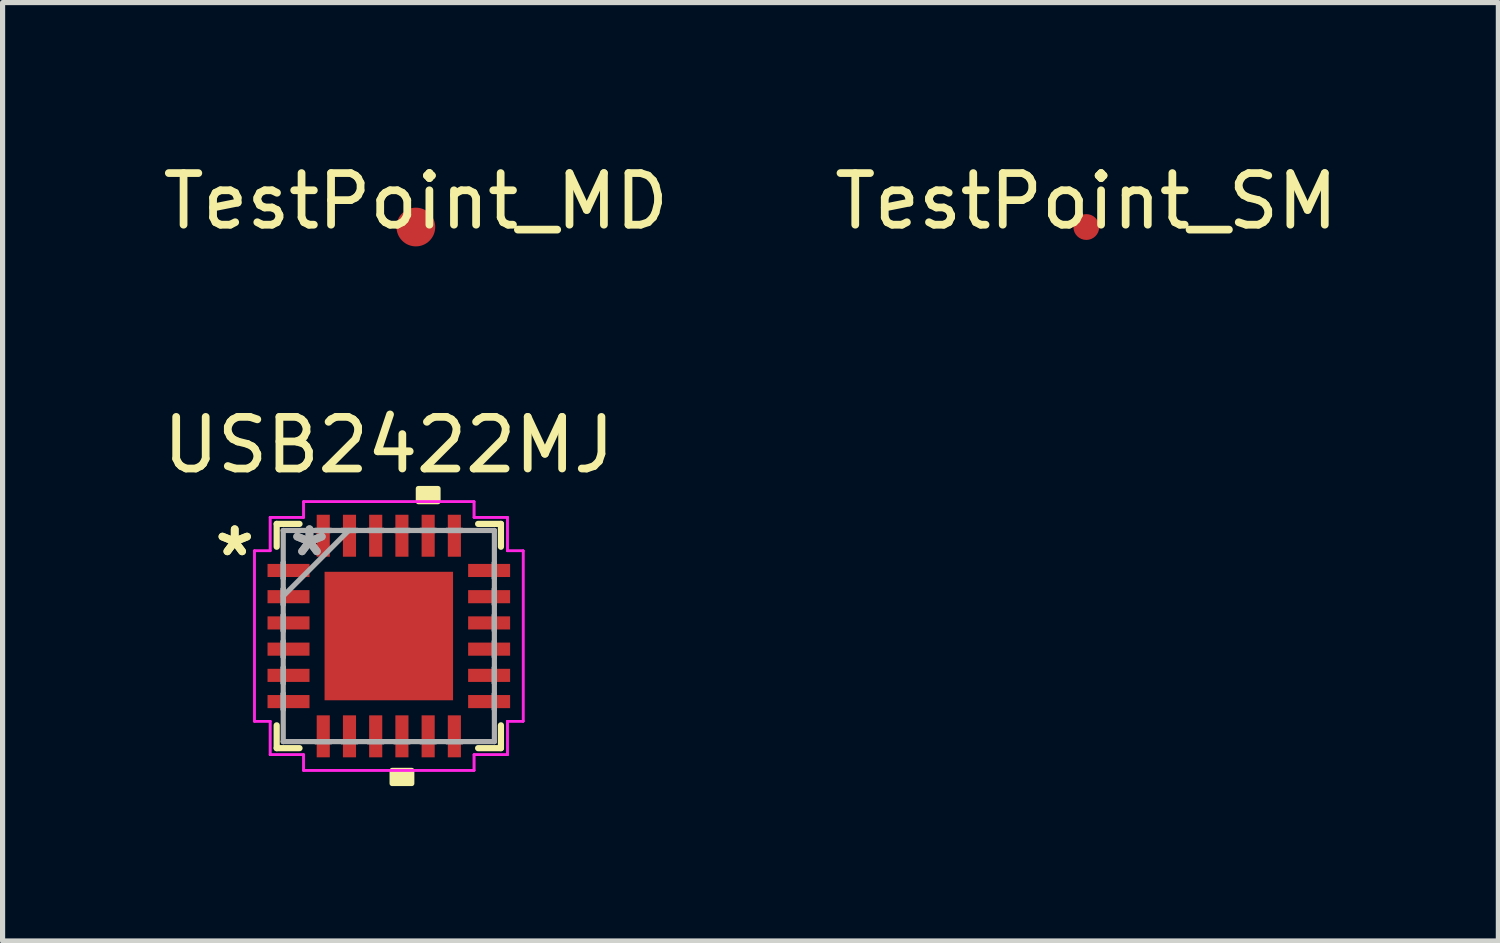
<source format=kicad_pcb>
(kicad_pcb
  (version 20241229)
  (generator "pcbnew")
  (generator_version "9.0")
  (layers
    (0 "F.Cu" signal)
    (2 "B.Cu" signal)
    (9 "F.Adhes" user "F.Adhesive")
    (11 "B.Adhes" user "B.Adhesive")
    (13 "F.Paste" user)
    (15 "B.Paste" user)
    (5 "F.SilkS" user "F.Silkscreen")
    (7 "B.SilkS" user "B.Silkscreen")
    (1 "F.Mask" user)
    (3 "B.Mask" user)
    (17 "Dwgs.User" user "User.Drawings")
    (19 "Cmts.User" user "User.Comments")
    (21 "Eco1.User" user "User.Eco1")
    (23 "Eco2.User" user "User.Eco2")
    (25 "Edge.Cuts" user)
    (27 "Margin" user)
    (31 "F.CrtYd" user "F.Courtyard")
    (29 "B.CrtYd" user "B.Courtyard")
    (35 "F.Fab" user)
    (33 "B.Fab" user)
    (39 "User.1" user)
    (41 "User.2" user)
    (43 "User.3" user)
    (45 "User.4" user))
  (footprint "TestPoint_SM"
    (layer "F.Cu")
    (at 17.994 1.348)
    (property "Reference" "TestPoint_SM" (at 0 -0.5 0) (unlocked yes) (layer "F.SilkS") (effects (font (size 1 1) (thickness 0.15))))
    (attr smd)
    (pad "1" smd circle (at 0 0) (size 0.5 0.5) (layers "F.Cu" "F.Mask")))
  (footprint "USB2422MJ"
    (layer "F.Cu")
    (at 4.482 9.271)
    (property "Reference" "USB2422MJ" (at 0 -3.7 0) (layer "F.SilkS") (effects (font (size 1 1) (thickness 0.15))))
    (attr through_hole)
    (fp_line (start -2.172 -2.172) (end -2.172 -1.73) (stroke (width 0.12) (type solid)) (layer "F.SilkS"))
    (fp_line (start -2.172 1.73) (end -2.172 2.172) (stroke (width 0.12) (type solid)) (layer "F.SilkS"))
    (fp_line (start -2.172 2.172) (end -1.73 2.172) (stroke (width 0.12) (type solid)) (layer "F.SilkS"))
    (fp_line (start -1.73 -2.172) (end -2.172 -2.172) (stroke (width 0.12) (type solid)) (layer "F.SilkS"))
    (fp_line (start 1.73 2.172) (end 2.172 2.172) (stroke (width 0.12) (type solid)) (layer "F.SilkS"))
    (fp_line (start 2.172 -2.172) (end 1.73 -2.172) (stroke (width 0.12) (type solid)) (layer "F.SilkS"))
    (fp_line (start 2.172 -1.73) (end 2.172 -2.172) (stroke (width 0.12) (type solid)) (layer "F.SilkS"))
    (fp_line (start 2.172 2.172) (end 2.172 1.73) (stroke (width 0.12) (type solid)) (layer "F.SilkS"))
    (fp_poly (pts (xy 0.064 2.603) (xy 0.064 2.857) (xy 0.445 2.857) (xy 0.445 2.603)) (stroke (width 0.1) (type solid)) (fill yes) (layer "F.SilkS"))
    (fp_poly (pts (xy 0.572 -2.603) (xy 0.572 -2.857) (xy 0.953 -2.857) (xy 0.953 -2.603)) (stroke (width 0.1) (type solid)) (fill yes) (layer "F.SilkS"))
    (fp_line (start -2.603 -1.651) (end -2.299 -1.651) (stroke (width 0.05) (type solid)) (layer "F.CrtYd"))
    (fp_line (start -2.603 -1.651) (end -2.299 -1.651) (stroke (width 0.05) (type solid)) (layer "F.CrtYd"))
    (fp_line (start -2.603 1.651) (end -2.603 -1.651) (stroke (width 0.05) (type solid)) (layer "F.CrtYd"))
    (fp_line (start -2.603 1.651) (end -2.603 -1.651) (stroke (width 0.05) (type solid)) (layer "F.CrtYd"))
    (fp_line (start -2.299 -2.299) (end -1.651 -2.299) (stroke (width 0.05) (type solid)) (layer "F.CrtYd"))
    (fp_line (start -2.299 -2.299) (end -1.651 -2.299) (stroke (width 0.05) (type solid)) (layer "F.CrtYd"))
    (fp_line (start -2.299 -1.651) (end -2.299 -2.299) (stroke (width 0.05) (type solid)) (layer "F.CrtYd"))
    (fp_line (start -2.299 -1.651) (end -2.299 -2.299) (stroke (width 0.05) (type solid)) (layer "F.CrtYd"))
    (fp_line (start -2.299 1.651) (end -2.603 1.651) (stroke (width 0.05) (type solid)) (layer "F.CrtYd"))
    (fp_line (start -2.299 1.651) (end -2.603 1.651) (stroke (width 0.05) (type solid)) (layer "F.CrtYd"))
    (fp_line (start -2.299 2.299) (end -2.299 1.651) (stroke (width 0.05) (type solid)) (layer "F.CrtYd"))
    (fp_line (start -2.299 2.299) (end -2.299 1.651) (stroke (width 0.05) (type solid)) (layer "F.CrtYd"))
    (fp_line (start -1.651 -2.603) (end 1.651 -2.603) (stroke (width 0.05) (type solid)) (layer "F.CrtYd"))
    (fp_line (start -1.651 -2.603) (end 1.651 -2.603) (stroke (width 0.05) (type solid)) (layer "F.CrtYd"))
    (fp_line (start -1.651 -2.299) (end -1.651 -2.603) (stroke (width 0.05) (type solid)) (layer "F.CrtYd"))
    (fp_line (start -1.651 -2.299) (end -1.651 -2.603) (stroke (width 0.05) (type solid)) (layer "F.CrtYd"))
    (fp_line (start -1.651 2.299) (end -2.299 2.299) (stroke (width 0.05) (type solid)) (layer "F.CrtYd"))
    (fp_line (start -1.651 2.299) (end -2.299 2.299) (stroke (width 0.05) (type solid)) (layer "F.CrtYd"))
    (fp_line (start -1.651 2.603) (end -1.651 2.299) (stroke (width 0.05) (type solid)) (layer "F.CrtYd"))
    (fp_line (start -1.651 2.603) (end -1.651 2.299) (stroke (width 0.05) (type solid)) (layer "F.CrtYd"))
    (fp_line (start 1.651 -2.603) (end 1.651 -2.299) (stroke (width 0.05) (type solid)) (layer "F.CrtYd"))
    (fp_line (start 1.651 -2.603) (end 1.651 -2.299) (stroke (width 0.05) (type solid)) (layer "F.CrtYd"))
    (fp_line (start 1.651 -2.299) (end 2.299 -2.299) (stroke (width 0.05) (type solid)) (layer "F.CrtYd"))
    (fp_line (start 1.651 -2.299) (end 2.299 -2.299) (stroke (width 0.05) (type solid)) (layer "F.CrtYd"))
    (fp_line (start 1.651 2.299) (end 1.651 2.603) (stroke (width 0.05) (type solid)) (layer "F.CrtYd"))
    (fp_line (start 1.651 2.299) (end 1.651 2.603) (stroke (width 0.05) (type solid)) (layer "F.CrtYd"))
    (fp_line (start 1.651 2.603) (end -1.651 2.603) (stroke (width 0.05) (type solid)) (layer "F.CrtYd"))
    (fp_line (start 1.651 2.603) (end -1.651 2.603) (stroke (width 0.05) (type solid)) (layer "F.CrtYd"))
    (fp_line (start 2.299 -2.299) (end 2.299 -1.651) (stroke (width 0.05) (type solid)) (layer "F.CrtYd"))
    (fp_line (start 2.299 -2.299) (end 2.299 -1.651) (stroke (width 0.05) (type solid)) (layer "F.CrtYd"))
    (fp_line (start 2.299 -1.651) (end 2.603 -1.651) (stroke (width 0.05) (type solid)) (layer "F.CrtYd"))
    (fp_line (start 2.299 -1.651) (end 2.603 -1.651) (stroke (width 0.05) (type solid)) (layer "F.CrtYd"))
    (fp_line (start 2.299 1.651) (end 2.299 2.299) (stroke (width 0.05) (type solid)) (layer "F.CrtYd"))
    (fp_line (start 2.299 1.651) (end 2.299 2.299) (stroke (width 0.05) (type solid)) (layer "F.CrtYd"))
    (fp_line (start 2.299 2.299) (end 1.651 2.299) (stroke (width 0.05) (type solid)) (layer "F.CrtYd"))
    (fp_line (start 2.299 2.299) (end 1.651 2.299) (stroke (width 0.05) (type solid)) (layer "F.CrtYd"))
    (fp_line (start 2.603 -1.651) (end 2.603 1.651) (stroke (width 0.05) (type solid)) (layer "F.CrtYd"))
    (fp_line (start 2.603 -1.651) (end 2.603 1.651) (stroke (width 0.05) (type solid)) (layer "F.CrtYd"))
    (fp_line (start 2.603 1.651) (end 2.299 1.651) (stroke (width 0.05) (type solid)) (layer "F.CrtYd"))
    (fp_line (start 2.603 1.651) (end 2.299 1.651) (stroke (width 0.05) (type solid)) (layer "F.CrtYd"))
    (fp_line (start -2.045 -2.045) (end -2.045 -2.045) (stroke (width 0.1) (type solid)) (layer "F.Fab"))
    (fp_line (start -2.045 -2.045) (end -2.045 2.045) (stroke (width 0.1) (type solid)) (layer "F.Fab"))
    (fp_line (start -2.045 -1.422) (end -2.045 -1.422) (stroke (width 0.1) (type solid)) (layer "F.Fab"))
    (fp_line (start -2.045 -1.422) (end -2.045 -1.118) (stroke (width 0.1) (type solid)) (layer "F.Fab"))
    (fp_line (start -2.045 -1.118) (end -2.045 -1.422) (stroke (width 0.1) (type solid)) (layer "F.Fab"))
    (fp_line (start -2.045 -1.118) (end -2.045 -1.118) (stroke (width 0.1) (type solid)) (layer "F.Fab"))
    (fp_line (start -2.045 -0.914) (end -2.045 -0.914) (stroke (width 0.1) (type solid)) (layer "F.Fab"))
    (fp_line (start -2.045 -0.914) (end -2.045 -0.61) (stroke (width 0.1) (type solid)) (layer "F.Fab"))
    (fp_line (start -2.045 -0.775) (end -0.775 -2.045) (stroke (width 0.1) (type solid)) (layer "F.Fab"))
    (fp_line (start -2.045 -0.61) (end -2.045 -0.914) (stroke (width 0.1) (type solid)) (layer "F.Fab"))
    (fp_line (start -2.045 -0.61) (end -2.045 -0.61) (stroke (width 0.1) (type solid)) (layer "F.Fab"))
    (fp_line (start -2.045 -0.406) (end -2.045 -0.406) (stroke (width 0.1) (type solid)) (layer "F.Fab"))
    (fp_line (start -2.045 -0.406) (end -2.045 -0.102) (stroke (width 0.1) (type solid)) (layer "F.Fab"))
    (fp_line (start -2.045 -0.102) (end -2.045 -0.406) (stroke (width 0.1) (type solid)) (layer "F.Fab"))
    (fp_line (start -2.045 -0.102) (end -2.045 -0.102) (stroke (width 0.1) (type solid)) (layer "F.Fab"))
    (fp_line (start -2.045 0.102) (end -2.045 0.102) (stroke (width 0.1) (type solid)) (layer "F.Fab"))
    (fp_line (start -2.045 0.102) (end -2.045 0.406) (stroke (width 0.1) (type solid)) (layer "F.Fab"))
    (fp_line (start -2.045 0.406) (end -2.045 0.102) (stroke (width 0.1) (type solid)) (layer "F.Fab"))
    (fp_line (start -2.045 0.406) (end -2.045 0.406) (stroke (width 0.1) (type solid)) (layer "F.Fab"))
    (fp_line (start -2.045 0.61) (end -2.045 0.61) (stroke (width 0.1) (type solid)) (layer "F.Fab"))
    (fp_line (start -2.045 0.61) (end -2.045 0.914) (stroke (width 0.1) (type solid)) (layer "F.Fab"))
    (fp_line (start -2.045 0.914) (end -2.045 0.61) (stroke (width 0.1) (type solid)) (layer "F.Fab"))
    (fp_line (start -2.045 0.914) (end -2.045 0.914) (stroke (width 0.1) (type solid)) (layer "F.Fab"))
    (fp_line (start -2.045 1.118) (end -2.045 1.118) (stroke (width 0.1) (type solid)) (layer "F.Fab"))
    (fp_line (start -2.045 1.118) (end -2.045 1.422) (stroke (width 0.1) (type solid)) (layer "F.Fab"))
    (fp_line (start -2.045 1.422) (end -2.045 1.118) (stroke (width 0.1) (type solid)) (layer "F.Fab"))
    (fp_line (start -2.045 1.422) (end -2.045 1.422) (stroke (width 0.1) (type solid)) (layer "F.Fab"))
    (fp_line (start -2.045 2.045) (end -2.045 2.045) (stroke (width 0.1) (type solid)) (layer "F.Fab"))
    (fp_line (start -2.045 2.045) (end 2.045 2.045) (stroke (width 0.1) (type solid)) (layer "F.Fab"))
    (fp_line (start -1.422 -2.045) (end -1.422 -2.045) (stroke (width 0.1) (type solid)) (layer "F.Fab"))
    (fp_line (start -1.422 -2.045) (end -1.118 -2.045) (stroke (width 0.1) (type solid)) (layer "F.Fab"))
    (fp_line (start -1.422 2.045) (end -1.422 2.045) (stroke (width 0.1) (type solid)) (layer "F.Fab"))
    (fp_line (start -1.422 2.045) (end -1.118 2.045) (stroke (width 0.1) (type solid)) (layer "F.Fab"))
    (fp_line (start -1.118 -2.045) (end -1.422 -2.045) (stroke (width 0.1) (type solid)) (layer "F.Fab"))
    (fp_line (start -1.118 -2.045) (end -1.118 -2.045) (stroke (width 0.1) (type solid)) (layer "F.Fab"))
    (fp_line (start -1.118 2.045) (end -1.422 2.045) (stroke (width 0.1) (type solid)) (layer "F.Fab"))
    (fp_line (start -1.118 2.045) (end -1.118 2.045) (stroke (width 0.1) (type solid)) (layer "F.Fab"))
    (fp_line (start -0.914 -2.045) (end -0.914 -2.045) (stroke (width 0.1) (type solid)) (layer "F.Fab"))
    (fp_line (start -0.914 -2.045) (end -0.61 -2.045) (stroke (width 0.1) (type solid)) (layer "F.Fab"))
    (fp_line (start -0.914 2.045) (end -0.914 2.045) (stroke (width 0.1) (type solid)) (layer "F.Fab"))
    (fp_line (start -0.914 2.045) (end -0.61 2.045) (stroke (width 0.1) (type solid)) (layer "F.Fab"))
    (fp_line (start -0.61 -2.045) (end -0.914 -2.045) (stroke (width 0.1) (type solid)) (layer "F.Fab"))
    (fp_line (start -0.61 -2.045) (end -0.61 -2.045) (stroke (width 0.1) (type solid)) (layer "F.Fab"))
    (fp_line (start -0.61 2.045) (end -0.914 2.045) (stroke (width 0.1) (type solid)) (layer "F.Fab"))
    (fp_line (start -0.61 2.045) (end -0.61 2.045) (stroke (width 0.1) (type solid)) (layer "F.Fab"))
    (fp_line (start -0.406 -2.045) (end -0.406 -2.045) (stroke (width 0.1) (type solid)) (layer "F.Fab"))
    (fp_line (start -0.406 -2.045) (end -0.102 -2.045) (stroke (width 0.1) (type solid)) (layer "F.Fab"))
    (fp_line (start -0.406 2.045) (end -0.406 2.045) (stroke (width 0.1) (type solid)) (layer "F.Fab"))
    (fp_line (start -0.406 2.045) (end -0.102 2.045) (stroke (width 0.1) (type solid)) (layer "F.Fab"))
    (fp_line (start -0.102 -2.045) (end -0.406 -2.045) (stroke (width 0.1) (type solid)) (layer "F.Fab"))
    (fp_line (start -0.102 -2.045) (end -0.102 -2.045) (stroke (width 0.1) (type solid)) (layer "F.Fab"))
    (fp_line (start -0.102 2.045) (end -0.406 2.045) (stroke (width 0.1) (type solid)) (layer "F.Fab"))
    (fp_line (start -0.102 2.045) (end -0.102 2.045) (stroke (width 0.1) (type solid)) (layer "F.Fab"))
    (fp_line (start 0.102 -2.045) (end 0.102 -2.045) (stroke (width 0.1) (type solid)) (layer "F.Fab"))
    (fp_line (start 0.102 -2.045) (end 0.406 -2.045) (stroke (width 0.1) (type solid)) (layer "F.Fab"))
    (fp_line (start 0.102 2.045) (end 0.102 2.045) (stroke (width 0.1) (type solid)) (layer "F.Fab"))
    (fp_line (start 0.102 2.045) (end 0.406 2.045) (stroke (width 0.1) (type solid)) (layer "F.Fab"))
    (fp_line (start 0.406 -2.045) (end 0.102 -2.045) (stroke (width 0.1) (type solid)) (layer "F.Fab"))
    (fp_line (start 0.406 -2.045) (end 0.406 -2.045) (stroke (width 0.1) (type solid)) (layer "F.Fab"))
    (fp_line (start 0.406 2.045) (end 0.102 2.045) (stroke (width 0.1) (type solid)) (layer "F.Fab"))
    (fp_line (start 0.406 2.045) (end 0.406 2.045) (stroke (width 0.1) (type solid)) (layer "F.Fab"))
    (fp_line (start 0.61 -2.045) (end 0.61 -2.045) (stroke (width 0.1) (type solid)) (layer "F.Fab"))
    (fp_line (start 0.61 -2.045) (end 0.914 -2.045) (stroke (width 0.1) (type solid)) (layer "F.Fab"))
    (fp_line (start 0.61 2.045) (end 0.61 2.045) (stroke (width 0.1) (type solid)) (layer "F.Fab"))
    (fp_line (start 0.61 2.045) (end 0.914 2.045) (stroke (width 0.1) (type solid)) (layer "F.Fab"))
    (fp_line (start 0.914 -2.045) (end 0.61 -2.045) (stroke (width 0.1) (type solid)) (layer "F.Fab"))
    (fp_line (start 0.914 -2.045) (end 0.914 -2.045) (stroke (width 0.1) (type solid)) (layer "F.Fab"))
    (fp_line (start 0.914 2.045) (end 0.61 2.045) (stroke (width 0.1) (type solid)) (layer "F.Fab"))
    (fp_line (start 0.914 2.045) (end 0.914 2.045) (stroke (width 0.1) (type solid)) (layer "F.Fab"))
    (fp_line (start 1.118 -2.045) (end 1.118 -2.045) (stroke (width 0.1) (type solid)) (layer "F.Fab"))
    (fp_line (start 1.118 -2.045) (end 1.422 -2.045) (stroke (width 0.1) (type solid)) (layer "F.Fab"))
    (fp_line (start 1.118 2.045) (end 1.118 2.045) (stroke (width 0.1) (type solid)) (layer "F.Fab"))
    (fp_line (start 1.118 2.045) (end 1.422 2.045) (stroke (width 0.1) (type solid)) (layer "F.Fab"))
    (fp_line (start 1.422 -2.045) (end 1.118 -2.045) (stroke (width 0.1) (type solid)) (layer "F.Fab"))
    (fp_line (start 1.422 -2.045) (end 1.422 -2.045) (stroke (width 0.1) (type solid)) (layer "F.Fab"))
    (fp_line (start 1.422 2.045) (end 1.118 2.045) (stroke (width 0.1) (type solid)) (layer "F.Fab"))
    (fp_line (start 1.422 2.045) (end 1.422 2.045) (stroke (width 0.1) (type solid)) (layer "F.Fab"))
    (fp_line (start 2.045 -2.045) (end -2.045 -2.045) (stroke (width 0.1) (type solid)) (layer "F.Fab"))
    (fp_line (start 2.045 -2.045) (end 2.045 -2.045) (stroke (width 0.1) (type solid)) (layer "F.Fab"))
    (fp_line (start 2.045 -1.422) (end 2.045 -1.422) (stroke (width 0.1) (type solid)) (layer "F.Fab"))
    (fp_line (start 2.045 -1.422) (end 2.045 -1.118) (stroke (width 0.1) (type solid)) (layer "F.Fab"))
    (fp_line (start 2.045 -1.118) (end 2.045 -1.422) (stroke (width 0.1) (type solid)) (layer "F.Fab"))
    (fp_line (start 2.045 -1.118) (end 2.045 -1.118) (stroke (width 0.1) (type solid)) (layer "F.Fab"))
    (fp_line (start 2.045 -0.914) (end 2.045 -0.914) (stroke (width 0.1) (type solid)) (layer "F.Fab"))
    (fp_line (start 2.045 -0.914) (end 2.045 -0.61) (stroke (width 0.1) (type solid)) (layer "F.Fab"))
    (fp_line (start 2.045 -0.61) (end 2.045 -0.914) (stroke (width 0.1) (type solid)) (layer "F.Fab"))
    (fp_line (start 2.045 -0.61) (end 2.045 -0.61) (stroke (width 0.1) (type solid)) (layer "F.Fab"))
    (fp_line (start 2.045 -0.406) (end 2.045 -0.406) (stroke (width 0.1) (type solid)) (layer "F.Fab"))
    (fp_line (start 2.045 -0.406) (end 2.045 -0.102) (stroke (width 0.1) (type solid)) (layer "F.Fab"))
    (fp_line (start 2.045 -0.102) (end 2.045 -0.406) (stroke (width 0.1) (type solid)) (layer "F.Fab"))
    (fp_line (start 2.045 -0.102) (end 2.045 -0.102) (stroke (width 0.1) (type solid)) (layer "F.Fab"))
    (fp_line (start 2.045 0.102) (end 2.045 0.102) (stroke (width 0.1) (type solid)) (layer "F.Fab"))
    (fp_line (start 2.045 0.102) (end 2.045 0.406) (stroke (width 0.1) (type solid)) (layer "F.Fab"))
    (fp_line (start 2.045 0.406) (end 2.045 0.102) (stroke (width 0.1) (type solid)) (layer "F.Fab"))
    (fp_line (start 2.045 0.406) (end 2.045 0.406) (stroke (width 0.1) (type solid)) (layer "F.Fab"))
    (fp_line (start 2.045 0.61) (end 2.045 0.61) (stroke (width 0.1) (type solid)) (layer "F.Fab"))
    (fp_line (start 2.045 0.61) (end 2.045 0.914) (stroke (width 0.1) (type solid)) (layer "F.Fab"))
    (fp_line (start 2.045 0.914) (end 2.045 0.61) (stroke (width 0.1) (type solid)) (layer "F.Fab"))
    (fp_line (start 2.045 0.914) (end 2.045 0.914) (stroke (width 0.1) (type solid)) (layer "F.Fab"))
    (fp_line (start 2.045 1.118) (end 2.045 1.118) (stroke (width 0.1) (type solid)) (layer "F.Fab"))
    (fp_line (start 2.045 1.118) (end 2.045 1.422) (stroke (width 0.1) (type solid)) (layer "F.Fab"))
    (fp_line (start 2.045 1.422) (end 2.045 1.118) (stroke (width 0.1) (type solid)) (layer "F.Fab"))
    (fp_line (start 2.045 1.422) (end 2.045 1.422) (stroke (width 0.1) (type solid)) (layer "F.Fab"))
    (fp_line (start 2.045 2.045) (end 2.045 -2.045) (stroke (width 0.1) (type solid)) (layer "F.Fab"))
    (fp_line (start 2.045 2.045) (end 2.045 2.045) (stroke (width 0.1) (type solid)) (layer "F.Fab"))
    (fp_text user "*" (at -2.985 -1.524 0) (layer "F.SilkS") (effects (font (size 1 1) (thickness 0.15))))
    (fp_text user "*" (at -2.985 -1.524 0) (layer "F.SilkS") (effects (font (size 1 1) (thickness 0.15))))
    (fp_text user "*" (at -1.537 -1.524 0) (layer "F.Fab") (effects (font (size 1 1) (thickness 0.15))))
    (fp_text user "*" (at -1.537 -1.524 0) (layer "F.Fab") (effects (font (size 1 1) (thickness 0.15))))
    (pad "1" smd rect (at -1.943 -1.27 90) (size 0.254 0.813) (layers "F.Cu" "F.Mask" "F.Paste"))
    (pad "2" smd rect (at -1.943 -0.762 90) (size 0.254 0.813) (layers "F.Cu" "F.Mask" "F.Paste"))
    (pad "3" smd rect (at -1.943 -0.254 90) (size 0.254 0.813) (layers "F.Cu" "F.Mask" "F.Paste"))
    (pad "4" smd rect (at -1.943 0.254 90) (size 0.254 0.813) (layers "F.Cu" "F.Mask" "F.Paste"))
    (pad "5" smd rect (at -1.943 0.762 90) (size 0.254 0.813) (layers "F.Cu" "F.Mask" "F.Paste"))
    (pad "6" smd rect (at -1.943 1.27 90) (size 0.254 0.813) (layers "F.Cu" "F.Mask" "F.Paste"))
    (pad "7" smd rect (at -1.27 1.943) (size 0.254 0.813) (layers "F.Cu" "F.Mask" "F.Paste"))
    (pad "8" smd rect (at -0.762 1.943) (size 0.254 0.813) (layers "F.Cu" "F.Mask" "F.Paste"))
    (pad "9" smd rect (at -0.254 1.943) (size 0.254 0.813) (layers "F.Cu" "F.Mask" "F.Paste"))
    (pad "10" smd rect (at 0.254 1.943) (size 0.254 0.813) (layers "F.Cu" "F.Mask" "F.Paste"))
    (pad "11" smd rect (at 0.762 1.943) (size 0.254 0.813) (layers "F.Cu" "F.Mask" "F.Paste"))
    (pad "12" smd rect (at 1.27 1.943) (size 0.254 0.813) (layers "F.Cu" "F.Mask" "F.Paste"))
    (pad "13" smd rect (at 1.943 1.27 90) (size 0.254 0.813) (layers "F.Cu" "F.Mask" "F.Paste"))
    (pad "14" smd rect (at 1.943 0.762 90) (size 0.254 0.813) (layers "F.Cu" "F.Mask" "F.Paste"))
    (pad "15" smd rect (at 1.943 0.254 90) (size 0.254 0.813) (layers "F.Cu" "F.Mask" "F.Paste"))
    (pad "16" smd rect (at 1.943 -0.254 90) (size 0.254 0.813) (layers "F.Cu" "F.Mask" "F.Paste"))
    (pad "17" smd rect (at 1.943 -0.762 90) (size 0.254 0.813) (layers "F.Cu" "F.Mask" "F.Paste"))
    (pad "18" smd rect (at 1.943 -1.27 90) (size 0.254 0.813) (layers "F.Cu" "F.Mask" "F.Paste"))
    (pad "19" smd rect (at 1.27 -1.943) (size 0.254 0.813) (layers "F.Cu" "F.Mask" "F.Paste"))
    (pad "20" smd rect (at 0.762 -1.943) (size 0.254 0.813) (layers "F.Cu" "F.Mask" "F.Paste"))
    (pad "21" smd rect (at 0.254 -1.943) (size 0.254 0.813) (layers "F.Cu" "F.Mask" "F.Paste"))
    (pad "22" smd rect (at -0.254 -1.943) (size 0.254 0.813) (layers "F.Cu" "F.Mask" "F.Paste"))
    (pad "23" smd rect (at -0.762 -1.943) (size 0.254 0.813) (layers "F.Cu" "F.Mask" "F.Paste"))
    (pad "24" smd rect (at -1.27 -1.943) (size 0.254 0.813) (layers "F.Cu" "F.Mask" "F.Paste"))
    (pad "25" smd rect (at 0 0) (size 2.489 2.489) (layers "F.Cu" "F.Mask" "F.Paste")))
  (footprint "TestPoint_MD"
    (layer "F.Cu")
    (at 5.006 1.348)
    (property "Reference" "TestPoint_MD" (at 0 -0.5 0) (unlocked yes) (layer "F.SilkS") (effects (font (size 1 1) (thickness 0.15))))
    (attr smd)
    (pad "1" smd circle (at 0 0) (size 0.75 0.75) (layers "F.Cu" "F.Mask")))
  (gr_rect
    (start -3 -3)
    (end 25.976 15.179)
    (stroke (width 0.1) (type default))
    (fill no)
    (layer "Edge.Cuts")))
</source>
